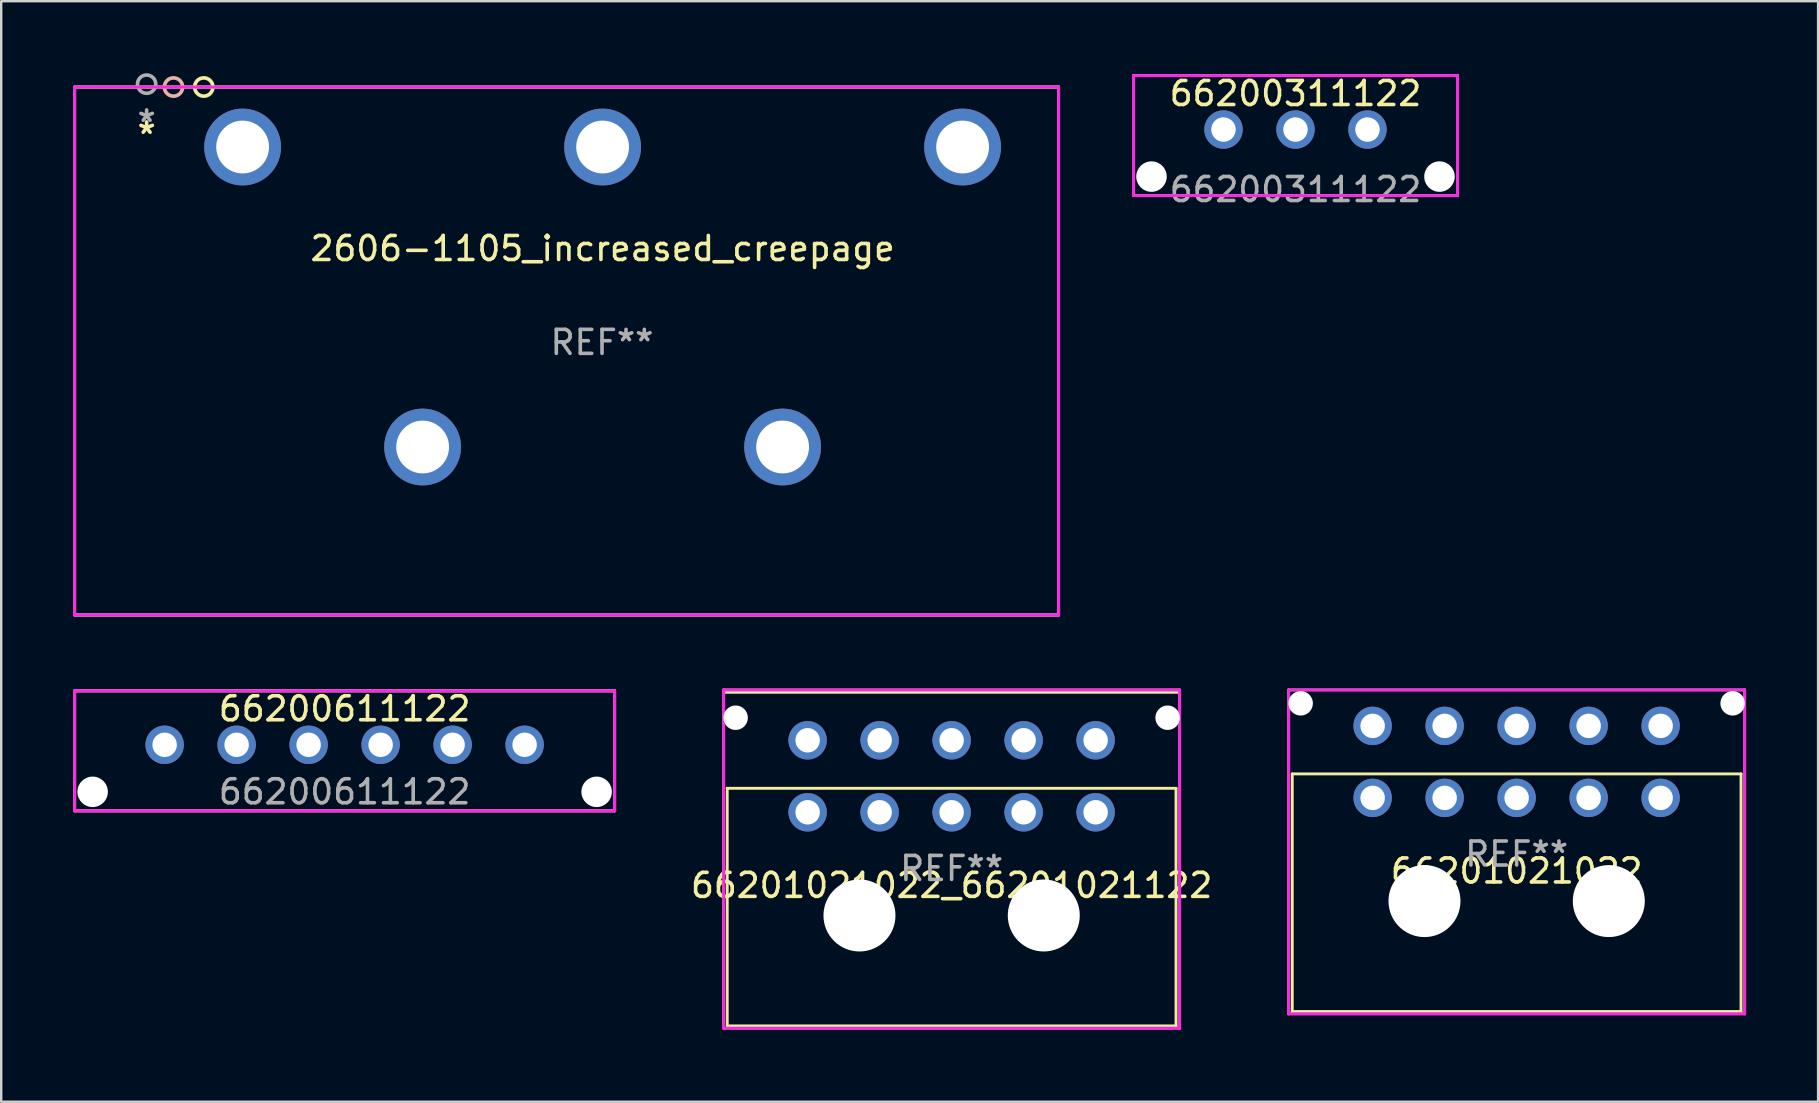
<source format=kicad_pcb>
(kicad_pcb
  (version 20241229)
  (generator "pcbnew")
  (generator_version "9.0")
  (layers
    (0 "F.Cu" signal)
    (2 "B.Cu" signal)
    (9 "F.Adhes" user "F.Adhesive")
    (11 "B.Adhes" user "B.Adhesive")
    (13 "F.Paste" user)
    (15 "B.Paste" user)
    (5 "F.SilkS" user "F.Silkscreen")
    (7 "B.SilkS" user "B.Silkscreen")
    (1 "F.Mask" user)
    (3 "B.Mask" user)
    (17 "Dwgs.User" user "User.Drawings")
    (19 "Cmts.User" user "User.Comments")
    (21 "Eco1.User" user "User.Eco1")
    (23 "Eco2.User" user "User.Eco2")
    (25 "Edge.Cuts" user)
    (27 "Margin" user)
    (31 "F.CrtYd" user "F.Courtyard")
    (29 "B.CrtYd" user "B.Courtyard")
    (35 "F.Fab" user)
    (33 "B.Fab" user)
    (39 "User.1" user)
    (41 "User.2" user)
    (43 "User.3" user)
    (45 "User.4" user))
  (footprint "66201021022_66201021122"
    (layer "F.Cu")
    (at 36.602 30.796)
    (property "Reference" "66201021022_66201021122" (at 0 3.048 0) (layer "F.SilkS") (effects (font (size 1 1) (thickness 0.15))))
    (attr through_hole)
    (fp_line (start -9.35 -1) (end -9.35 8.9) (stroke (width 0.12) (type solid)) (layer "F.SilkS"))
    (fp_line (start -9.35 -1) (end 9.35 -1) (stroke (width 0.12) (type solid)) (layer "F.SilkS"))
    (fp_line (start -9.35 8.9) (end 9.35 8.9) (stroke (width 0.12) (type solid)) (layer "F.SilkS"))
    (fp_line (start 9.35 -1) (end 9.35 8.9) (stroke (width 0.12) (type solid)) (layer "F.SilkS"))
    (fp_line (start 9.5 -5) (end -9.5 -5) (stroke (width 0.12) (type solid)) (layer "F.SilkS"))
    (fp_line (start -9.5 -5.1) (end -9.5 9) (stroke (width 0.12) (type solid)) (layer "F.CrtYd"))
    (fp_line (start -9.5 9) (end 9.5 9) (stroke (width 0.12) (type solid)) (layer "F.CrtYd"))
    (fp_line (start 9.5 -5.1) (end -9.5 -5.1) (stroke (width 0.12) (type solid)) (layer "F.CrtYd"))
    (fp_line (start 9.5 9) (end 9.5 -5.1) (stroke (width 0.12) (type solid)) (layer "F.CrtYd"))
    (fp_line (start -9.5 -5.1) (end -9.5 9) (stroke (width 0.12) (type solid)) (layer "F.Fab"))
    (fp_line (start -9.5 8.992) (end 9.5 8.992) (stroke (width 0.12) (type solid)) (layer "F.Fab"))
    (fp_line (start 9.5 9) (end 9.5 -5.1) (stroke (width 0.12) (type solid)) (layer "F.Fab"))
    (fp_line (start 9.5 -5.1) (end -9.5 -5.1) (stroke (width 0.12) (type solid)) (layer "F.Fab"))
    (fp_text user "REF**" (at 0 2.341 0) (layer "F.Fab") (effects (font (size 1 1) (thickness 0.15))))
    (pad "" np_thru_hole circle (at -9 -3.94) (size 1.02 1.02) (drill 1.02) (layers "*.Cu" "*.Mask"))
    (pad "" np_thru_hole circle (at -3.84 4.3) (size 3 3) (drill 3) (layers "*.Cu" "*.Mask"))
    (pad "" np_thru_hole circle (at 3.84 4.3) (size 3 3) (drill 3) (layers "*.Cu" "*.Mask"))
    (pad "" np_thru_hole circle (at 9 -3.94) (size 1.02 1.02) (drill 1.02) (layers "*.Cu" "*.Mask"))
    (pad "1" thru_hole circle (at -6 -3) (size 1.6 1.6) (drill 1.02) (layers "*.Cu" "*.Mask"))
    (pad "2" thru_hole circle (at -3 -3) (size 1.6 1.6) (drill 1.02) (layers "*.Cu" "*.Mask"))
    (pad "3" thru_hole circle (at 0 -3) (size 1.6 1.6) (drill 1.02) (layers "*.Cu" "*.Mask"))
    (pad "4" thru_hole circle (at 3 -3) (size 1.6 1.6) (drill 1.02) (layers "*.Cu" "*.Mask"))
    (pad "5" thru_hole circle (at 6 -3) (size 1.6 1.6) (drill 1.02) (layers "*.Cu" "*.Mask"))
    (pad "6" thru_hole circle (at -6 0) (size 1.6 1.6) (drill 1.02) (layers "*.Cu" "*.Mask"))
    (pad "7" thru_hole circle (at -3 0) (size 1.6 1.6) (drill 1.02) (layers "*.Cu" "*.Mask"))
    (pad "8" thru_hole circle (at 0 0) (size 1.6 1.6) (drill 1.02) (layers "*.Cu" "*.Mask"))
    (pad "9" thru_hole circle (at 3 0) (size 1.6 1.6) (drill 1.02) (layers "*.Cu" "*.Mask"))
    (pad "10" thru_hole circle (at 6 0) (size 1.6 1.6) (drill 1.02) (layers "*.Cu" "*.Mask")))
  (footprint "66200311122"
    (layer "F.Cu")
    (at 50.93 2.348)
    (property "Reference" "66200311122" (at 0 -1.5 0) (unlocked yes) (layer "F.SilkS") (effects (font (size 1 1) (thickness 0.15))))
    (attr through_hole)
    (fp_line (start -6.75 -2.25) (end -6.75 2.75) (stroke (width 0.12) (type solid)) (layer "F.SilkS"))
    (fp_line (start -6.75 2.75) (end 6.75 2.75) (stroke (width 0.12) (type solid)) (layer "F.SilkS"))
    (fp_line (start 6.75 -2.25) (end -6.75 -2.25) (stroke (width 0.12) (type solid)) (layer "F.SilkS"))
    (fp_line (start 6.75 2.75) (end 6.75 -2.25) (stroke (width 0.12) (type solid)) (layer "F.SilkS"))
    (fp_line (start -6.75 -2.25) (end -6.75 2.75) (stroke (width 0.12) (type solid)) (layer "F.CrtYd"))
    (fp_line (start -6.75 2.75) (end 6.75 2.75) (stroke (width 0.12) (type solid)) (layer "F.CrtYd"))
    (fp_line (start 6.75 -2.25) (end -6.75 -2.25) (stroke (width 0.12) (type solid)) (layer "F.CrtYd"))
    (fp_line (start 6.75 2.75) (end 6.75 -2.25) (stroke (width 0.12) (type solid)) (layer "F.CrtYd"))
    (fp_line (start -6.75 -2.25) (end -6.75 2.75) (stroke (width 0.12) (type solid)) (layer "F.Fab"))
    (fp_line (start -6.75 2.75) (end 6.75 2.75) (stroke (width 0.12) (type solid)) (layer "F.Fab"))
    (fp_line (start 6.75 -2.25) (end -6.75 -2.25) (stroke (width 0.12) (type solid)) (layer "F.Fab"))
    (fp_line (start 6.75 2.75) (end 6.75 -2.25) (stroke (width 0.12) (type solid)) (layer "F.Fab"))
    (fp_text user "${REFERENCE}" (at 0 2.5 0) (unlocked yes) (layer "F.Fab") (effects (font (size 1 1) (thickness 0.15))))
    (pad "" np_thru_hole circle (at -6 1.96) (size 1.27 1.27) (drill 1.27) (layers "*.Cu" "*.Mask"))
    (pad "" np_thru_hole circle (at 6 1.96) (size 1.27 1.27) (drill 1.27) (layers "*.Cu" "*.Mask"))
    (pad "1" thru_hole circle (at 3 0) (size 1.6 1.6) (drill 1.02) (layers "*.Cu" "*.Mask"))
    (pad "2" thru_hole circle (at 0 0) (size 1.6 1.6) (drill 1.02) (layers "*.Cu" "*.Mask"))
    (pad "3" thru_hole circle (at -3 0) (size 1.6 1.6) (drill 1.02) (layers "*.Cu" "*.Mask")))
  (footprint "66201021022"
    (layer "F.Cu")
    (at 60.145 30.196)
    (property "Reference" "66201021022" (at 0 3.048 0) (layer "F.SilkS") (effects (font (size 1 1) (thickness 0.15))))
    (attr through_hole)
    (fp_line (start -9.35 -1) (end -9.35 8.9) (stroke (width 0.12) (type solid)) (layer "F.SilkS"))
    (fp_line (start -9.35 -1) (end 9.35 -1) (stroke (width 0.12) (type solid)) (layer "F.SilkS"))
    (fp_line (start -9.35 8.9) (end 9.35 8.9) (stroke (width 0.12) (type solid)) (layer "F.SilkS"))
    (fp_line (start 9.35 -1) (end 9.35 8.9) (stroke (width 0.12) (type solid)) (layer "F.SilkS"))
    (fp_line (start -9.5 -4.5) (end -9.5 9) (stroke (width 0.12) (type solid)) (layer "F.CrtYd"))
    (fp_line (start -9.5 9) (end 9.5 9) (stroke (width 0.12) (type solid)) (layer "F.CrtYd"))
    (fp_line (start 9.5 -4.5) (end -9.5 -4.5) (stroke (width 0.12) (type solid)) (layer "F.CrtYd"))
    (fp_line (start 9.5 9) (end 9.5 -4.5) (stroke (width 0.12) (type solid)) (layer "F.CrtYd"))
    (fp_line (start -9.5 -4.5) (end -9.5 9) (stroke (width 0.12) (type solid)) (layer "F.Fab"))
    (fp_line (start -9.5 8.992) (end 9.5 8.992) (stroke (width 0.12) (type solid)) (layer "F.Fab"))
    (fp_line (start 9.5 -4.5) (end -9.5 -4.5) (stroke (width 0.12) (type solid)) (layer "F.Fab"))
    (fp_line (start 9.5 9) (end 9.5 -4.5) (stroke (width 0.12) (type solid)) (layer "F.Fab"))
    (fp_text user "REF**" (at 0 2.341 0) (layer "F.Fab") (effects (font (size 1 1) (thickness 0.15))))
    (pad "" np_thru_hole circle (at -9 -3.94) (size 1.02 1.02) (drill 1.02) (layers "*.Cu" "*.Mask"))
    (pad "" np_thru_hole circle (at -3.84 4.3) (size 3 3) (drill 3) (layers "*.Cu" "*.Mask"))
    (pad "" np_thru_hole circle (at 3.84 4.3) (size 3 3) (drill 3) (layers "*.Cu" "*.Mask"))
    (pad "" np_thru_hole circle (at 9 -3.94) (size 1.02 1.02) (drill 1.02) (layers "*.Cu" "*.Mask"))
    (pad "1" thru_hole circle (at -6 -3) (size 1.6 1.6) (drill 1.02) (layers "*.Cu" "*.Mask"))
    (pad "2" thru_hole circle (at -3 -3) (size 1.6 1.6) (drill 1.02) (layers "*.Cu" "*.Mask"))
    (pad "3" thru_hole circle (at 0 -3) (size 1.6 1.6) (drill 1.02) (layers "*.Cu" "*.Mask"))
    (pad "4" thru_hole circle (at 3 -3) (size 1.6 1.6) (drill 1.02) (layers "*.Cu" "*.Mask"))
    (pad "5" thru_hole circle (at 6 -3) (size 1.6 1.6) (drill 1.02) (layers "*.Cu" "*.Mask"))
    (pad "6" thru_hole circle (at -6 0) (size 1.6 1.6) (drill 1.02) (layers "*.Cu" "*.Mask"))
    (pad "7" thru_hole circle (at -3 0) (size 1.6 1.6) (drill 1.02) (layers "*.Cu" "*.Mask"))
    (pad "8" thru_hole circle (at 0 0) (size 1.6 1.6) (drill 1.02) (layers "*.Cu" "*.Mask"))
    (pad "9" thru_hole circle (at 3 0) (size 1.6 1.6) (drill 1.02) (layers "*.Cu" "*.Mask"))
    (pad "10" thru_hole circle (at 6 0) (size 1.6 1.6) (drill 1.02) (layers "*.Cu" "*.Mask")))
  (footprint "2606-1105_increased_creepage"
    (layer "F.Cu")
    (at 22.06 9.576)
    (property "Reference" "2606-1105_increased_creepage" (at 0.000001 -2.27 0) (layer "F.SilkS") (effects (font (size 1 1) (thickness 0.15))))
    (attr through_hole)
    (fp_line (start -22 -9) (end -22 13) (stroke (width 0.12) (type solid)) (layer "F.SilkS"))
    (fp_line (start -22 -9) (end 19 -9) (stroke (width 0.12) (type solid)) (layer "F.SilkS"))
    (fp_line (start -22 13) (end 19 13) (stroke (width 0.12) (type solid)) (layer "F.SilkS"))
    (fp_line (start 19 13) (end 19 -9) (stroke (width 0.12) (type solid)) (layer "F.SilkS"))
    (fp_circle (center -16.619 -9) (end -16.238 -9) (stroke (width 0.152) (type solid)) (fill no) (layer "F.SilkS"))
    (fp_circle (center -17.881 -9) (end -17.5 -9) (stroke (width 0.152) (type solid)) (fill no) (layer "B.SilkS"))
    (fp_line (start -22 -9) (end -22 13) (stroke (width 0.12) (type solid)) (layer "F.CrtYd"))
    (fp_line (start -22 -9) (end 19 -9) (stroke (width 0.12) (type solid)) (layer "F.CrtYd"))
    (fp_line (start -22 13) (end 19 13) (stroke (width 0.12) (type solid)) (layer "F.CrtYd"))
    (fp_line (start 19 13) (end 19 -9) (stroke (width 0.12) (type solid)) (layer "F.CrtYd"))
    (fp_line (start -22 -9) (end -22 13) (stroke (width 0.12) (type solid)) (layer "F.Fab"))
    (fp_line (start -22 -9) (end 19 -9) (stroke (width 0.12) (type solid)) (layer "F.Fab"))
    (fp_line (start -22 13) (end 19 13) (stroke (width 0.12) (type solid)) (layer "F.Fab"))
    (fp_line (start 19 13) (end 19 -9) (stroke (width 0.12) (type solid)) (layer "F.Fab"))
    (fp_circle (center -19 -9.119) (end -18.619 -9.119) (stroke (width 0.152) (type solid)) (fill no) (layer "F.Fab"))
    (fp_text user "*" (at -19 -7 0) (layer "F.SilkS") (effects (font (size 1 1) (thickness 0.15))))
    (fp_text user "*" (at -15 -6.34 0) (layer "Cmts.User") (effects (font (size 0.127 0.127) (thickness 0.002))))
    (fp_text user "*" (at -19 -7.5 0) (layer "F.Fab") (effects (font (size 1 1) (thickness 0.15))))
    (fp_text user "REF**" (at -0.025 1.642 0) (layer "F.Fab") (effects (font (size 1 1) (thickness 0.15))))
    (pad "1" thru_hole circle (at -15 -6.5) (size 3.2 3.2) (drill 2.2) (layers "*.Cu" "*.Mask"))
    (pad "2" thru_hole circle (at -7.5 6) (size 3.2 3.2) (drill 2.2) (layers "*.Cu" "*.Mask"))
    (pad "3" thru_hole circle (at 0 -6.5) (size 3.2 3.2) (drill 2.2) (layers "*.Cu" "*.Mask"))
    (pad "4" thru_hole circle (at 7.5 6) (size 3.2 3.2) (drill 2.2) (layers "*.Cu" "*.Mask"))
    (pad "5" thru_hole circle (at 15 -6.5) (size 3.2 3.2) (drill 2.2) (layers "*.Cu" "*.Mask")))
  (footprint "66200611122"
    (layer "F.Cu")
    (at 11.31 27.984)
    (property "Reference" "66200611122" (at 0 -1.5 0) (unlocked yes) (layer "F.SilkS") (effects (font (size 1 1) (thickness 0.15))))
    (attr through_hole)
    (fp_line (start -11.25 -2.25) (end -11.25 2.75) (stroke (width 0.12) (type solid)) (layer "F.SilkS"))
    (fp_line (start -11.25 2.75) (end 11.25 2.75) (stroke (width 0.12) (type solid)) (layer "F.SilkS"))
    (fp_line (start 11.25 -2.25) (end -11.25 -2.25) (stroke (width 0.12) (type solid)) (layer "F.SilkS"))
    (fp_line (start 11.25 2.75) (end 11.25 -2.25) (stroke (width 0.12) (type solid)) (layer "F.SilkS"))
    (fp_line (start -11.25 -2.25) (end -11.25 2.75) (stroke (width 0.12) (type solid)) (layer "F.CrtYd"))
    (fp_line (start -11.25 2.75) (end 11.25 2.75) (stroke (width 0.12) (type solid)) (layer "F.CrtYd"))
    (fp_line (start 11.25 -2.25) (end -11.25 -2.25) (stroke (width 0.12) (type solid)) (layer "F.CrtYd"))
    (fp_line (start 11.25 2.75) (end 11.25 -2.25) (stroke (width 0.12) (type solid)) (layer "F.CrtYd"))
    (fp_line (start -11.25 -2.25) (end -11.25 2.75) (stroke (width 0.12) (type solid)) (layer "F.Fab"))
    (fp_line (start -11.25 2.75) (end 11.25 2.75) (stroke (width 0.12) (type solid)) (layer "F.Fab"))
    (fp_line (start 11.25 -2.25) (end -11.25 -2.25) (stroke (width 0.12) (type solid)) (layer "F.Fab"))
    (fp_line (start 11.25 2.75) (end 11.25 -2.25) (stroke (width 0.12) (type solid)) (layer "F.Fab"))
    (fp_text user "${REFERENCE}" (at 0 1.96 0) (unlocked yes) (layer "F.Fab") (effects (font (size 1 1) (thickness 0.15))))
    (pad "" np_thru_hole circle (at -10.5 1.96) (size 1.27 1.27) (drill 1.27) (layers "*.Cu" "*.Mask"))
    (pad "" np_thru_hole circle (at 10.5 1.96) (size 1.27 1.27) (drill 1.27) (layers "*.Cu" "*.Mask"))
    (pad "1" thru_hole circle (at 7.5 0) (size 1.6 1.6) (drill 1.02) (layers "*.Cu" "*.Mask"))
    (pad "2" thru_hole circle (at 4.5 0) (size 1.6 1.6) (drill 1.02) (layers "*.Cu" "*.Mask"))
    (pad "3" thru_hole circle (at 1.5 0) (size 1.6 1.6) (drill 1.02) (layers "*.Cu" "*.Mask"))
    (pad "4" thru_hole circle (at -1.5 0) (size 1.6 1.6) (drill 1.02) (layers "*.Cu" "*.Mask"))
    (pad "5" thru_hole circle (at -4.5 0) (size 1.6 1.6) (drill 1.02) (layers "*.Cu" "*.Mask"))
    (pad "6" thru_hole circle (at -7.5 0) (size 1.6 1.6) (drill 1.02) (layers "*.Cu" "*.Mask")))
  (gr_rect
    (start -3 -3)
    (end 72.705 42.856)
    (stroke (width 0.1) (type default))
    (fill no)
    (layer "Edge.Cuts")))
</source>
